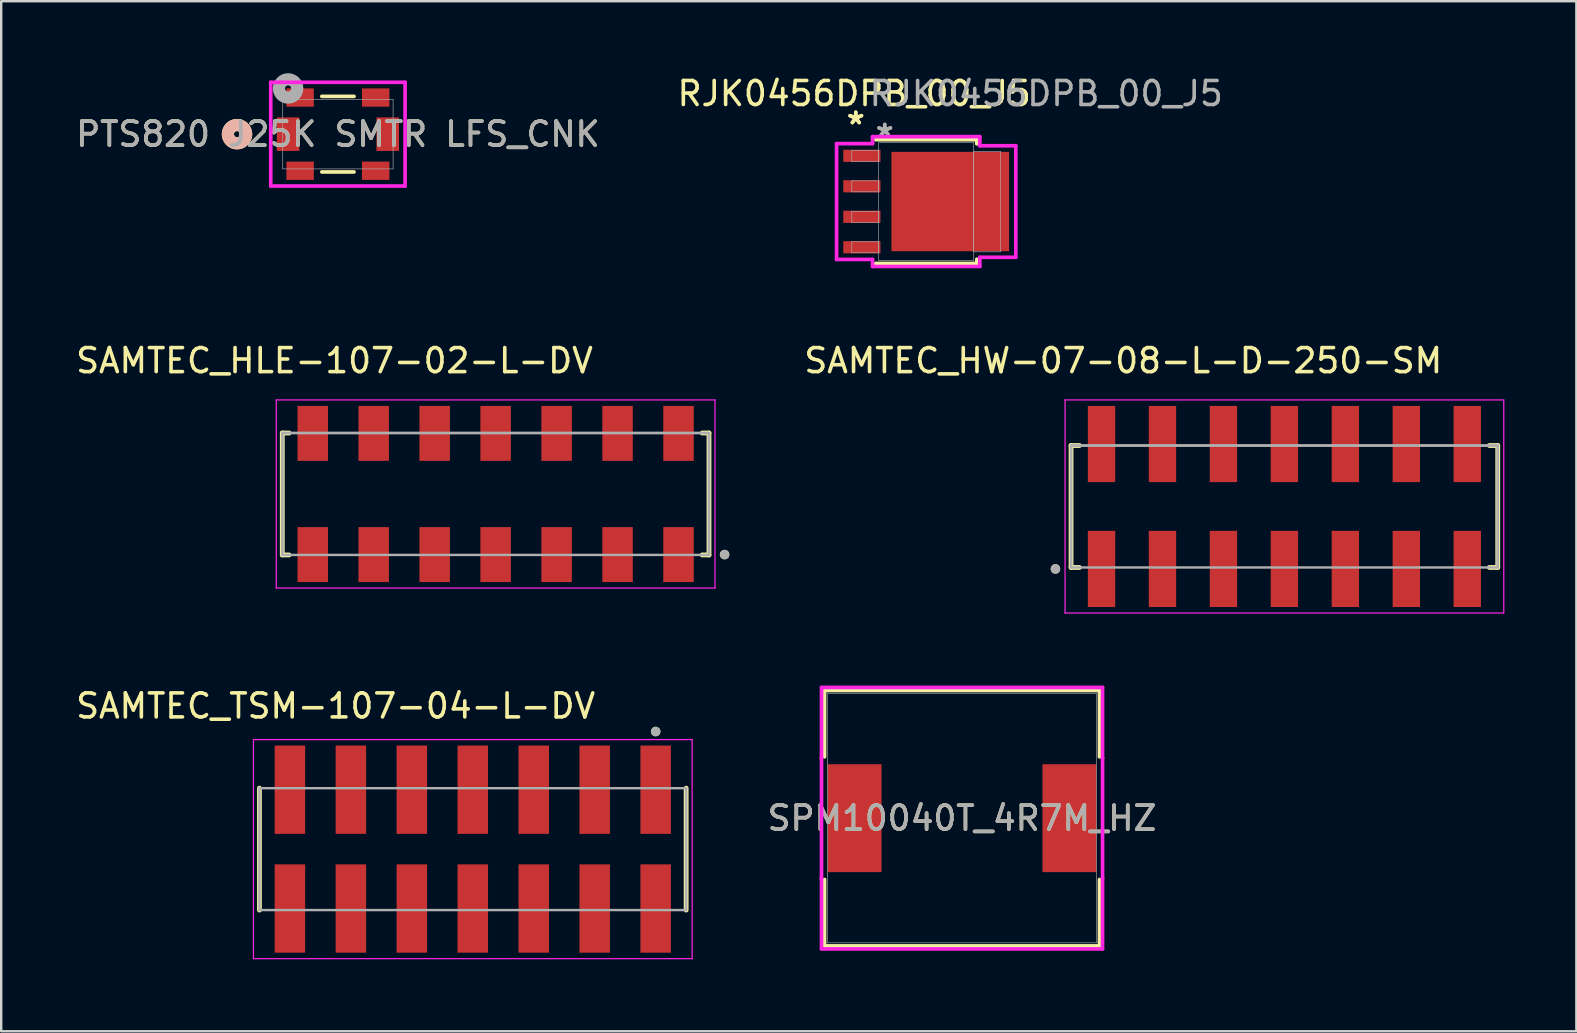
<source format=kicad_pcb>
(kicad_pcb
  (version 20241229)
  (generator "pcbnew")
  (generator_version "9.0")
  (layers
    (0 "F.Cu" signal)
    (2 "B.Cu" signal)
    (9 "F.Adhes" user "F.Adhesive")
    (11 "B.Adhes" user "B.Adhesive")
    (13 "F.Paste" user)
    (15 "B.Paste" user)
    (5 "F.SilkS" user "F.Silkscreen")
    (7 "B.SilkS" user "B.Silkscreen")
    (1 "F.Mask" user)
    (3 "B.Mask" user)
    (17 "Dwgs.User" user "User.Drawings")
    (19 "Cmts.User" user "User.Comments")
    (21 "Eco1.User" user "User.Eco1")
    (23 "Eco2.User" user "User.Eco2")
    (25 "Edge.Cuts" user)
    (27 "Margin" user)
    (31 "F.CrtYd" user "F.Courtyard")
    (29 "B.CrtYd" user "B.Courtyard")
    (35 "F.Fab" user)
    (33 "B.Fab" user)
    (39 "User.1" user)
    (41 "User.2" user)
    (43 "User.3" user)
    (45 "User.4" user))
  (footprint "RJK0456DPB_00_J5"
    (layer "F.Cu")
    (at 35.542 5.348)
    (property "Reference" "RJK0456DPB_00_J5" (at -3 -4.5 0) (unlocked yes) (layer "F.SilkS") (effects (font (size 1 1) (thickness 0.15))))
    (attr smd)
    (fp_line (start -2.108 2.578) (end 2.108 2.578) (stroke (width 0.152) (type solid)) (layer "F.SilkS"))
    (fp_line (start 2.108 -2.578) (end -2.108 -2.578) (stroke (width 0.152) (type solid)) (layer "F.SilkS"))
    (fp_line (start 2.108 -2.403) (end 2.108 -2.578) (stroke (width 0.152) (type solid)) (layer "F.SilkS"))
    (fp_line (start 2.108 2.578) (end 2.108 2.403) (stroke (width 0.152) (type solid)) (layer "F.SilkS"))
    (fp_line (start -3.734 -2.413) (end -2.235 -2.413) (stroke (width 0.152) (type solid)) (layer "F.CrtYd"))
    (fp_line (start -3.734 2.413) (end -3.734 -2.413) (stroke (width 0.152) (type solid)) (layer "F.CrtYd"))
    (fp_line (start -2.235 -2.705) (end 2.235 -2.705) (stroke (width 0.152) (type solid)) (layer "F.CrtYd"))
    (fp_line (start -2.235 -2.413) (end -2.235 -2.705) (stroke (width 0.152) (type solid)) (layer "F.CrtYd"))
    (fp_line (start -2.235 2.413) (end -3.734 2.413) (stroke (width 0.152) (type solid)) (layer "F.CrtYd"))
    (fp_line (start -2.235 2.705) (end -2.235 2.413) (stroke (width 0.152) (type solid)) (layer "F.CrtYd"))
    (fp_line (start 2.235 -2.705) (end 2.235 -2.324) (stroke (width 0.152) (type solid)) (layer "F.CrtYd"))
    (fp_line (start 2.235 -2.324) (end 3.734 -2.324) (stroke (width 0.152) (type solid)) (layer "F.CrtYd"))
    (fp_line (start 2.235 2.324) (end 2.235 2.705) (stroke (width 0.152) (type solid)) (layer "F.CrtYd"))
    (fp_line (start 2.235 2.705) (end -2.235 2.705) (stroke (width 0.152) (type solid)) (layer "F.CrtYd"))
    (fp_line (start 3.734 -2.324) (end 3.734 2.324) (stroke (width 0.152) (type solid)) (layer "F.CrtYd"))
    (fp_line (start 3.734 2.324) (end 2.235 2.324) (stroke (width 0.152) (type solid)) (layer "F.CrtYd"))
    (fp_line (start -3.099 -2.134) (end -3.099 -1.676) (stroke (width 0.025) (type solid)) (layer "F.Fab"))
    (fp_line (start -3.099 -1.676) (end -1.981 -1.676) (stroke (width 0.025) (type solid)) (layer "F.Fab"))
    (fp_line (start -3.099 -0.864) (end -3.099 -0.406) (stroke (width 0.025) (type solid)) (layer "F.Fab"))
    (fp_line (start -3.099 -0.406) (end -1.981 -0.406) (stroke (width 0.025) (type solid)) (layer "F.Fab"))
    (fp_line (start -3.099 0.406) (end -3.099 0.864) (stroke (width 0.025) (type solid)) (layer "F.Fab"))
    (fp_line (start -3.099 0.864) (end -1.981 0.864) (stroke (width 0.025) (type solid)) (layer "F.Fab"))
    (fp_line (start -3.099 1.676) (end -3.099 2.134) (stroke (width 0.025) (type solid)) (layer "F.Fab"))
    (fp_line (start -3.099 2.134) (end -1.981 2.134) (stroke (width 0.025) (type solid)) (layer "F.Fab"))
    (fp_line (start -1.981 -2.451) (end -1.981 2.451) (stroke (width 0.025) (type solid)) (layer "F.Fab"))
    (fp_line (start -1.981 -2.134) (end -3.099 -2.134) (stroke (width 0.025) (type solid)) (layer "F.Fab"))
    (fp_line (start -1.981 -1.676) (end -1.981 -2.134) (stroke (width 0.025) (type solid)) (layer "F.Fab"))
    (fp_line (start -1.981 -0.864) (end -3.099 -0.864) (stroke (width 0.025) (type solid)) (layer "F.Fab"))
    (fp_line (start -1.981 -0.406) (end -1.981 -0.864) (stroke (width 0.025) (type solid)) (layer "F.Fab"))
    (fp_line (start -1.981 0.406) (end -3.099 0.406) (stroke (width 0.025) (type solid)) (layer "F.Fab"))
    (fp_line (start -1.981 0.864) (end -1.981 0.406) (stroke (width 0.025) (type solid)) (layer "F.Fab"))
    (fp_line (start -1.981 1.676) (end -3.099 1.676) (stroke (width 0.025) (type solid)) (layer "F.Fab"))
    (fp_line (start -1.981 2.134) (end -1.981 1.676) (stroke (width 0.025) (type solid)) (layer "F.Fab"))
    (fp_line (start -1.981 2.451) (end 1.981 2.451) (stroke (width 0.025) (type solid)) (layer "F.Fab"))
    (fp_line (start 1.981 -2.451) (end -1.981 -2.451) (stroke (width 0.025) (type solid)) (layer "F.Fab"))
    (fp_line (start 1.981 -2.095) (end 1.981 2.095) (stroke (width 0.025) (type solid)) (layer "F.Fab"))
    (fp_line (start 1.981 2.095) (end 3.099 2.095) (stroke (width 0.025) (type solid)) (layer "F.Fab"))
    (fp_line (start 1.981 2.451) (end 1.981 -2.451) (stroke (width 0.025) (type solid)) (layer "F.Fab"))
    (fp_line (start 3.099 -2.095) (end 1.981 -2.095) (stroke (width 0.025) (type solid)) (layer "F.Fab"))
    (fp_line (start 3.099 2.095) (end 3.099 -2.095) (stroke (width 0.025) (type solid)) (layer "F.Fab"))
    (fp_text user "*" (at -2.934 -3.175 0) (layer "F.SilkS") (effects (font (size 1 1) (thickness 0.15))))
    (fp_text user "*" (at -2.934 -3.175 0) (unlocked yes) (layer "F.SilkS") (effects (font (size 1 1) (thickness 0.15))))
    (fp_text user "*" (at -1.727 -2.667 0) (layer "F.Fab") (effects (font (size 1 1) (thickness 0.15))))
    (fp_text user "*" (at -1.727 -2.667 0) (unlocked yes) (layer "F.Fab") (effects (font (size 1 1) (thickness 0.15))))
    (fp_text user "${REFERENCE}" (at 5 -4.5 0) (unlocked yes) (layer "F.Fab") (effects (font (size 1 1) (thickness 0.15))))
    (pad "1" smd rect (at -2.68 -1.905) (size 1.549 0.508) (layers "F.Cu" "F.Mask" "F.Paste"))
    (pad "2" smd rect (at -2.68 -0.635) (size 1.549 0.508) (layers "F.Cu" "F.Mask" "F.Paste"))
    (pad "3" smd rect (at -2.68 0.635) (size 1.549 0.508) (layers "F.Cu" "F.Mask" "F.Paste"))
    (pad "4" smd rect (at -2.68 1.905) (size 1.549 0.508) (layers "F.Cu" "F.Mask" "F.Paste"))
    (pad "5" smd rect (at 1.003 0) (size 4.902 4.14) (layers "F.Cu" "F.Mask" "F.Paste")))
  (footprint "SPM10040T_4R7M_HZ"
    (layer "F.Cu")
    (at 37.035 31.042)
    (property "Reference" "SPM10040T_4R7M_HZ" (at 0 0 0) (unlocked yes) (layer "F.SilkS") (effects (font (size 1 1) (thickness 0.15))))
    (attr smd)
    (fp_line (start -5.728 -5.321) (end -5.728 -2.555) (stroke (width 0.152) (type solid)) (layer "F.SilkS"))
    (fp_line (start -5.728 2.555) (end -5.728 5.321) (stroke (width 0.152) (type solid)) (layer "F.SilkS"))
    (fp_line (start -5.728 5.321) (end 5.728 5.321) (stroke (width 0.152) (type solid)) (layer "F.SilkS"))
    (fp_line (start 5.728 -5.321) (end -5.728 -5.321) (stroke (width 0.152) (type solid)) (layer "F.SilkS"))
    (fp_line (start 5.728 -2.555) (end 5.728 -5.321) (stroke (width 0.152) (type solid)) (layer "F.SilkS"))
    (fp_line (start 5.728 5.321) (end 5.728 2.555) (stroke (width 0.152) (type solid)) (layer "F.SilkS"))
    (fp_line (start -5.855 -5.448) (end 5.855 -5.448) (stroke (width 0.152) (type solid)) (layer "F.CrtYd"))
    (fp_line (start -5.855 -2.502) (end -5.855 -5.448) (stroke (width 0.152) (type solid)) (layer "F.CrtYd"))
    (fp_line (start -5.855 -2.502) (end -5.855 -2.502) (stroke (width 0.152) (type solid)) (layer "F.CrtYd"))
    (fp_line (start -5.855 2.502) (end -5.855 -2.502) (stroke (width 0.152) (type solid)) (layer "F.CrtYd"))
    (fp_line (start -5.855 2.502) (end -5.855 2.502) (stroke (width 0.152) (type solid)) (layer "F.CrtYd"))
    (fp_line (start -5.855 5.448) (end -5.855 2.502) (stroke (width 0.152) (type solid)) (layer "F.CrtYd"))
    (fp_line (start 5.855 -5.448) (end 5.855 -2.502) (stroke (width 0.152) (type solid)) (layer "F.CrtYd"))
    (fp_line (start 5.855 -2.502) (end 5.855 -2.502) (stroke (width 0.152) (type solid)) (layer "F.CrtYd"))
    (fp_line (start 5.855 -2.502) (end 5.855 2.502) (stroke (width 0.152) (type solid)) (layer "F.CrtYd"))
    (fp_line (start 5.855 2.502) (end 5.855 2.502) (stroke (width 0.152) (type solid)) (layer "F.CrtYd"))
    (fp_line (start 5.855 2.502) (end 5.855 5.448) (stroke (width 0.152) (type solid)) (layer "F.CrtYd"))
    (fp_line (start 5.855 5.448) (end -5.855 5.448) (stroke (width 0.152) (type solid)) (layer "F.CrtYd"))
    (fp_line (start -5.601 -5.194) (end -5.601 5.194) (stroke (width 0.025) (type solid)) (layer "F.Fab"))
    (fp_line (start -5.601 5.194) (end 5.601 5.194) (stroke (width 0.025) (type solid)) (layer "F.Fab"))
    (fp_line (start 5.601 -5.194) (end -5.601 -5.194) (stroke (width 0.025) (type solid)) (layer "F.Fab"))
    (fp_line (start 5.601 5.194) (end 5.601 -5.194) (stroke (width 0.025) (type solid)) (layer "F.Fab"))
    (fp_circle (center -5.524 0) (end -5.524 0) (stroke (width 0.025) (type solid)) (fill no) (layer "F.Fab"))
    (fp_text user "${REFERENCE}" (at 0 0 0) (unlocked yes) (layer "F.Fab") (effects (font (size 1 1) (thickness 0.15))))
    (pad "1" smd rect (at -4.477 0) (size 2.248 4.496) (layers "F.Cu" "F.Mask" "F.Paste"))
    (pad "2" smd rect (at 4.477 0) (size 2.248 4.496) (layers "F.Cu" "F.Mask" "F.Paste"))
    (zone (net_name "") (layer "F.Cu") (hatch full 0.508) (connect_pads) (min_thickness 0.254) (filled_areas_thickness no) (keepout (tracks not_allowed) (vias not_allowed) (pads allowed) (copperpour not_allowed) (footprints allowed)) (placement (enabled no)) (fill) (polygon (pts (xy 33.733 25.899) (xy 40.337 25.899) (xy 40.337 36.186) (xy 33.733 36.186)))))
  (footprint "PTS820 J25K SMTR LFS_CNK"
    (layer "F.Cu")
    (at 11.03 2.54)
    (property "Reference" "PTS820 J25K SMTR LFS_CNK" (at 0 0 0) (unlocked yes) (layer "F.SilkS") (effects (font (size 1 1) (thickness 0.15))))
    (attr smd)
    (fp_line (start -0.671 1.575) (end 0.671 1.575) (stroke (width 0.152) (type solid)) (layer "F.SilkS"))
    (fp_line (start 0.671 -1.575) (end -0.671 -1.575) (stroke (width 0.152) (type solid)) (layer "F.SilkS"))
    (fp_circle (center -4.204 0) (end -3.823 0) (stroke (width 0.508) (type solid)) (fill no) (layer "F.SilkS"))
    (fp_circle (center -4.204 0) (end -3.823 0) (stroke (width 0.508) (type solid)) (fill no) (layer "B.SilkS"))
    (fp_line (start -2.799 -2.16) (end -2.799 2.16) (stroke (width 0.152) (type solid)) (layer "F.CrtYd"))
    (fp_line (start -2.799 2.16) (end 2.799 2.16) (stroke (width 0.152) (type solid)) (layer "F.CrtYd"))
    (fp_line (start 2.799 -2.16) (end -2.799 -2.16) (stroke (width 0.152) (type solid)) (layer "F.CrtYd"))
    (fp_line (start 2.799 2.16) (end 2.799 -2.16) (stroke (width 0.152) (type solid)) (layer "F.CrtYd"))
    (fp_line (start -2.299 -1.448) (end -2.299 1.448) (stroke (width 0.025) (type solid)) (layer "F.Fab"))
    (fp_line (start -2.299 1.448) (end 2.299 1.448) (stroke (width 0.025) (type solid)) (layer "F.Fab"))
    (fp_line (start 2.299 -1.448) (end -2.299 -1.448) (stroke (width 0.025) (type solid)) (layer "F.Fab"))
    (fp_line (start 2.299 1.448) (end 2.299 -1.448) (stroke (width 0.025) (type solid)) (layer "F.Fab"))
    (fp_circle (center -2.075 -1.905) (end -1.694 -1.905) (stroke (width 0.508) (type solid)) (fill no) (layer "F.Fab"))
    (fp_text user "${REFERENCE}" (at 0 0 0) (unlocked yes) (layer "F.Fab") (effects (font (size 1 1) (thickness 0.15))))
    (pad "1" smd rect (at -2.075 0) (size 0.94 1.397) (layers "F.Cu" "F.Mask" "F.Paste"))
    (pad "2" smd rect (at 2.075 0) (size 0.94 1.397) (layers "F.Cu" "F.Mask" "F.Paste"))
    (pad "3" smd rect (at -1.575 -1.525) (size 1.143 0.762) (layers "F.Cu" "F.Mask" "F.Paste"))
    (pad "4" smd rect (at 1.575 -1.525) (size 1.143 0.762) (layers "F.Cu" "F.Mask" "F.Paste"))
    (pad "5" smd rect (at -1.575 1.525) (size 1.143 0.762) (layers "F.Cu" "F.Mask" "F.Paste"))
    (pad "6" smd rect (at 1.575 1.525) (size 1.143 0.762) (layers "F.Cu" "F.Mask" "F.Paste")))
  (footprint "SAMTEC_HLE-107-02-L-DV"
    (layer "F.Cu")
    (at 17.602 17.533)
    (property "Reference" "SAMTEC_HLE-107-02-L-DV" (at -6.715 -5.555 0) (layer "F.SilkS") (effects (font (size 1 1) (thickness 0.15))))
    (attr smd)
    (fp_line (start -8.89 -2.54) (end -8.605 -2.54) (stroke (width 0.2) (type solid)) (layer "F.SilkS"))
    (fp_line (start -8.89 2.54) (end -8.89 -2.54) (stroke (width 0.2) (type solid)) (layer "F.SilkS"))
    (fp_line (start -8.605 2.54) (end -8.89 2.54) (stroke (width 0.2) (type solid)) (layer "F.SilkS"))
    (fp_line (start 8.605 -2.54) (end 8.89 -2.54) (stroke (width 0.2) (type solid)) (layer "F.SilkS"))
    (fp_line (start 8.605 2.54) (end 8.89 2.54) (stroke (width 0.2) (type solid)) (layer "F.SilkS"))
    (fp_line (start 8.89 -2.54) (end 8.89 2.54) (stroke (width 0.2) (type solid)) (layer "F.SilkS"))
    (fp_circle (center 9.54 2.525) (end 9.64 2.525) (stroke (width 0.2) (type solid)) (fill no) (layer "F.SilkS"))
    (fp_line (start -9.14 -3.92) (end 9.14 -3.92) (stroke (width 0.05) (type solid)) (layer "F.CrtYd"))
    (fp_line (start -9.14 3.92) (end -9.14 -3.92) (stroke (width 0.05) (type solid)) (layer "F.CrtYd"))
    (fp_line (start 9.14 -3.92) (end 9.14 3.92) (stroke (width 0.05) (type solid)) (layer "F.CrtYd"))
    (fp_line (start 9.14 3.92) (end -9.14 3.92) (stroke (width 0.05) (type solid)) (layer "F.CrtYd"))
    (fp_line (start -8.89 -2.54) (end 8.89 -2.54) (stroke (width 0.1) (type solid)) (layer "F.Fab"))
    (fp_line (start -8.89 -2.54) (end 8.89 -2.54) (stroke (width 0.1) (type solid)) (layer "F.Fab"))
    (fp_line (start -8.89 2.54) (end -8.89 -2.54) (stroke (width 0.1) (type solid)) (layer "F.Fab"))
    (fp_line (start -8.89 2.54) (end -8.89 -2.54) (stroke (width 0.1) (type solid)) (layer "F.Fab"))
    (fp_line (start 8.89 -2.54) (end 8.89 2.54) (stroke (width 0.1) (type solid)) (layer "F.Fab"))
    (fp_line (start 8.89 -2.54) (end 8.89 2.54) (stroke (width 0.1) (type solid)) (layer "F.Fab"))
    (fp_line (start 8.89 2.54) (end -8.89 2.54) (stroke (width 0.1) (type solid)) (layer "F.Fab"))
    (fp_circle (center 9.54 2.525) (end 9.64 2.525) (stroke (width 0.2) (type solid)) (fill no) (layer "F.Fab"))
    (pad "01" smd rect (at 7.62 2.525) (size 1.27 2.29) (layers "F.Cu" "F.Mask" "F.Paste"))
    (pad "02" smd rect (at 7.62 -2.525) (size 1.27 2.29) (layers "F.Cu" "F.Mask" "F.Paste"))
    (pad "03" smd rect (at 5.08 2.525) (size 1.27 2.29) (layers "F.Cu" "F.Mask" "F.Paste"))
    (pad "04" smd rect (at 5.08 -2.525) (size 1.27 2.29) (layers "F.Cu" "F.Mask" "F.Paste"))
    (pad "05" smd rect (at 2.54 2.525) (size 1.27 2.29) (layers "F.Cu" "F.Mask" "F.Paste"))
    (pad "06" smd rect (at 2.54 -2.525) (size 1.27 2.29) (layers "F.Cu" "F.Mask" "F.Paste"))
    (pad "07" smd rect (at 0 2.525) (size 1.27 2.29) (layers "F.Cu" "F.Mask" "F.Paste"))
    (pad "08" smd rect (at 0 -2.525) (size 1.27 2.29) (layers "F.Cu" "F.Mask" "F.Paste"))
    (pad "09" smd rect (at -2.54 2.525) (size 1.27 2.29) (layers "F.Cu" "F.Mask" "F.Paste"))
    (pad "10" smd rect (at -2.54 -2.525) (size 1.27 2.29) (layers "F.Cu" "F.Mask" "F.Paste"))
    (pad "11" smd rect (at -5.08 2.525) (size 1.27 2.29) (layers "F.Cu" "F.Mask" "F.Paste"))
    (pad "12" smd rect (at -5.08 -2.525) (size 1.27 2.29) (layers "F.Cu" "F.Mask" "F.Paste"))
    (pad "13" smd rect (at -7.62 2.525) (size 1.27 2.29) (layers "F.Cu" "F.Mask" "F.Paste"))
    (pad "14" smd rect (at -7.62 -2.525) (size 1.27 2.29) (layers "F.Cu" "F.Mask" "F.Paste")))
  (footprint "SAMTEC_HW-07-08-L-D-250-SM"
    (layer "F.Cu")
    (at 42.848 20.656)
    (property "Reference" "SAMTEC_HW-07-08-L-D-250-SM" (at 0.905 -8.678 0) (layer "F.SilkS") (effects (font (size 1 1) (thickness 0.15))))
    (attr smd)
    (fp_line (start -1.27 -5.143) (end -0.92 -5.143) (stroke (width 0.2) (type solid)) (layer "F.SilkS"))
    (fp_line (start -1.27 -0.062) (end -1.27 -5.143) (stroke (width 0.2) (type solid)) (layer "F.SilkS"))
    (fp_line (start -0.92 -0.062) (end -1.27 -0.062) (stroke (width 0.2) (type solid)) (layer "F.SilkS"))
    (fp_line (start 16.16 -5.143) (end 16.51 -5.143) (stroke (width 0.2) (type solid)) (layer "F.SilkS"))
    (fp_line (start 16.16 -0.062) (end 16.51 -0.062) (stroke (width 0.2) (type solid)) (layer "F.SilkS"))
    (fp_line (start 16.51 -5.143) (end 16.51 -0.062) (stroke (width 0.2) (type solid)) (layer "F.SilkS"))
    (fp_circle (center -1.92 0) (end -1.82 0) (stroke (width 0.2) (type solid)) (fill no) (layer "F.SilkS"))
    (fp_line (start -1.52 -7.043) (end 16.76 -7.043) (stroke (width 0.05) (type solid)) (layer "F.CrtYd"))
    (fp_line (start -1.52 1.837) (end -1.52 -7.043) (stroke (width 0.05) (type solid)) (layer "F.CrtYd"))
    (fp_line (start 16.76 -7.043) (end 16.76 1.837) (stroke (width 0.05) (type solid)) (layer "F.CrtYd"))
    (fp_line (start 16.76 1.837) (end -1.52 1.837) (stroke (width 0.05) (type solid)) (layer "F.CrtYd"))
    (fp_line (start -1.27 -5.143) (end 16.51 -5.143) (stroke (width 0.1) (type solid)) (layer "F.Fab"))
    (fp_line (start -1.27 -5.143) (end 16.51 -5.143) (stroke (width 0.1) (type solid)) (layer "F.Fab"))
    (fp_line (start -1.27 -0.062) (end -1.27 -5.143) (stroke (width 0.1) (type solid)) (layer "F.Fab"))
    (fp_line (start -1.27 -0.062) (end -1.27 -5.143) (stroke (width 0.1) (type solid)) (layer "F.Fab"))
    (fp_line (start 16.51 -5.143) (end 16.51 -0.062) (stroke (width 0.1) (type solid)) (layer "F.Fab"))
    (fp_line (start 16.51 -5.143) (end 16.51 -0.062) (stroke (width 0.1) (type solid)) (layer "F.Fab"))
    (fp_line (start 16.51 -0.062) (end -1.27 -0.062) (stroke (width 0.1) (type solid)) (layer "F.Fab"))
    (fp_circle (center -1.92 0) (end -1.82 0) (stroke (width 0.2) (type solid)) (fill no) (layer "F.Fab"))
    (pad "01" smd rect (at 0 0) (size 1.14 3.175) (layers "F.Cu" "F.Mask" "F.Paste"))
    (pad "02" smd rect (at 0 -5.205) (size 1.14 3.175) (layers "F.Cu" "F.Mask" "F.Paste"))
    (pad "03" smd rect (at 2.54 0) (size 1.14 3.175) (layers "F.Cu" "F.Mask" "F.Paste"))
    (pad "04" smd rect (at 2.54 -5.205) (size 1.14 3.175) (layers "F.Cu" "F.Mask" "F.Paste"))
    (pad "05" smd rect (at 5.08 0) (size 1.14 3.175) (layers "F.Cu" "F.Mask" "F.Paste"))
    (pad "06" smd rect (at 5.08 -5.205) (size 1.14 3.175) (layers "F.Cu" "F.Mask" "F.Paste"))
    (pad "07" smd rect (at 7.62 0) (size 1.14 3.175) (layers "F.Cu" "F.Mask" "F.Paste"))
    (pad "08" smd rect (at 7.62 -5.205) (size 1.14 3.175) (layers "F.Cu" "F.Mask" "F.Paste"))
    (pad "09" smd rect (at 10.16 0) (size 1.14 3.175) (layers "F.Cu" "F.Mask" "F.Paste"))
    (pad "10" smd rect (at 10.16 -5.205) (size 1.14 3.175) (layers "F.Cu" "F.Mask" "F.Paste"))
    (pad "11" smd rect (at 12.7 0) (size 1.14 3.175) (layers "F.Cu" "F.Mask" "F.Paste"))
    (pad "12" smd rect (at 12.7 -5.205) (size 1.14 3.175) (layers "F.Cu" "F.Mask" "F.Paste"))
    (pad "13" smd rect (at 15.24 0) (size 1.14 3.175) (layers "F.Cu" "F.Mask" "F.Paste"))
    (pad "14" smd rect (at 15.24 -5.205) (size 1.14 3.175) (layers "F.Cu" "F.Mask" "F.Paste")))
  (footprint "SAMTEC_TSM-107-04-L-DV"
    (layer "F.Cu")
    (at 16.65 32.331)
    (property "Reference" "SAMTEC_TSM-107-04-L-DV" (at -5.715 -5.965 0) (layer "F.SilkS") (effects (font (size 1 1) (thickness 0.15))))
    (attr smd)
    (fp_line (start -8.89 2.54) (end -8.89 -2.54) (stroke (width 0.2) (type solid)) (layer "F.SilkS"))
    (fp_line (start 8.89 -2.54) (end 8.89 2.54) (stroke (width 0.2) (type solid)) (layer "F.SilkS"))
    (fp_circle (center 7.62 -4.9) (end 7.72 -4.9) (stroke (width 0.2) (type solid)) (fill no) (layer "F.SilkS"))
    (fp_line (start -9.14 -4.565) (end 9.14 -4.565) (stroke (width 0.05) (type solid)) (layer "F.CrtYd"))
    (fp_line (start -9.14 4.565) (end -9.14 -4.565) (stroke (width 0.05) (type solid)) (layer "F.CrtYd"))
    (fp_line (start 9.14 -4.565) (end 9.14 4.565) (stroke (width 0.05) (type solid)) (layer "F.CrtYd"))
    (fp_line (start 9.14 4.565) (end -9.14 4.565) (stroke (width 0.05) (type solid)) (layer "F.CrtYd"))
    (fp_line (start -8.89 -2.54) (end 8.89 -2.54) (stroke (width 0.1) (type solid)) (layer "F.Fab"))
    (fp_line (start -8.89 2.54) (end -8.89 -2.54) (stroke (width 0.1) (type solid)) (layer "F.Fab"))
    (fp_line (start 8.89 -2.54) (end 8.89 2.54) (stroke (width 0.1) (type solid)) (layer "F.Fab"))
    (fp_line (start 8.89 2.54) (end -8.89 2.54) (stroke (width 0.1) (type solid)) (layer "F.Fab"))
    (fp_circle (center 7.62 -4.9) (end 7.72 -4.9) (stroke (width 0.2) (type solid)) (fill no) (layer "F.Fab"))
    (pad "01" smd rect (at 7.62 -2.475) (size 1.27 3.68) (layers "F.Cu" "F.Mask" "F.Paste"))
    (pad "02" smd rect (at 7.62 2.475) (size 1.27 3.68) (layers "F.Cu" "F.Mask" "F.Paste"))
    (pad "03" smd rect (at 5.08 -2.475) (size 1.27 3.68) (layers "F.Cu" "F.Mask" "F.Paste"))
    (pad "04" smd rect (at 5.08 2.475) (size 1.27 3.68) (layers "F.Cu" "F.Mask" "F.Paste"))
    (pad "05" smd rect (at 2.54 -2.475) (size 1.27 3.68) (layers "F.Cu" "F.Mask" "F.Paste"))
    (pad "06" smd rect (at 2.54 2.475) (size 1.27 3.68) (layers "F.Cu" "F.Mask" "F.Paste"))
    (pad "07" smd rect (at 0 -2.475) (size 1.27 3.68) (layers "F.Cu" "F.Mask" "F.Paste"))
    (pad "08" smd rect (at 0 2.475) (size 1.27 3.68) (layers "F.Cu" "F.Mask" "F.Paste"))
    (pad "09" smd rect (at -2.54 -2.475) (size 1.27 3.68) (layers "F.Cu" "F.Mask" "F.Paste"))
    (pad "10" smd rect (at -2.54 2.475) (size 1.27 3.68) (layers "F.Cu" "F.Mask" "F.Paste"))
    (pad "11" smd rect (at -5.08 -2.475) (size 1.27 3.68) (layers "F.Cu" "F.Mask" "F.Paste"))
    (pad "12" smd rect (at -5.08 2.475) (size 1.27 3.68) (layers "F.Cu" "F.Mask" "F.Paste"))
    (pad "13" smd rect (at -7.62 -2.475) (size 1.27 3.68) (layers "F.Cu" "F.Mask" "F.Paste"))
    (pad "14" smd rect (at -7.62 2.475) (size 1.27 3.68) (layers "F.Cu" "F.Mask" "F.Paste")))
  (gr_rect
    (start -3 -3)
    (end 62.633 39.921)
    (stroke (width 0.1) (type default))
    (fill no)
    (layer "Edge.Cuts")))
</source>
